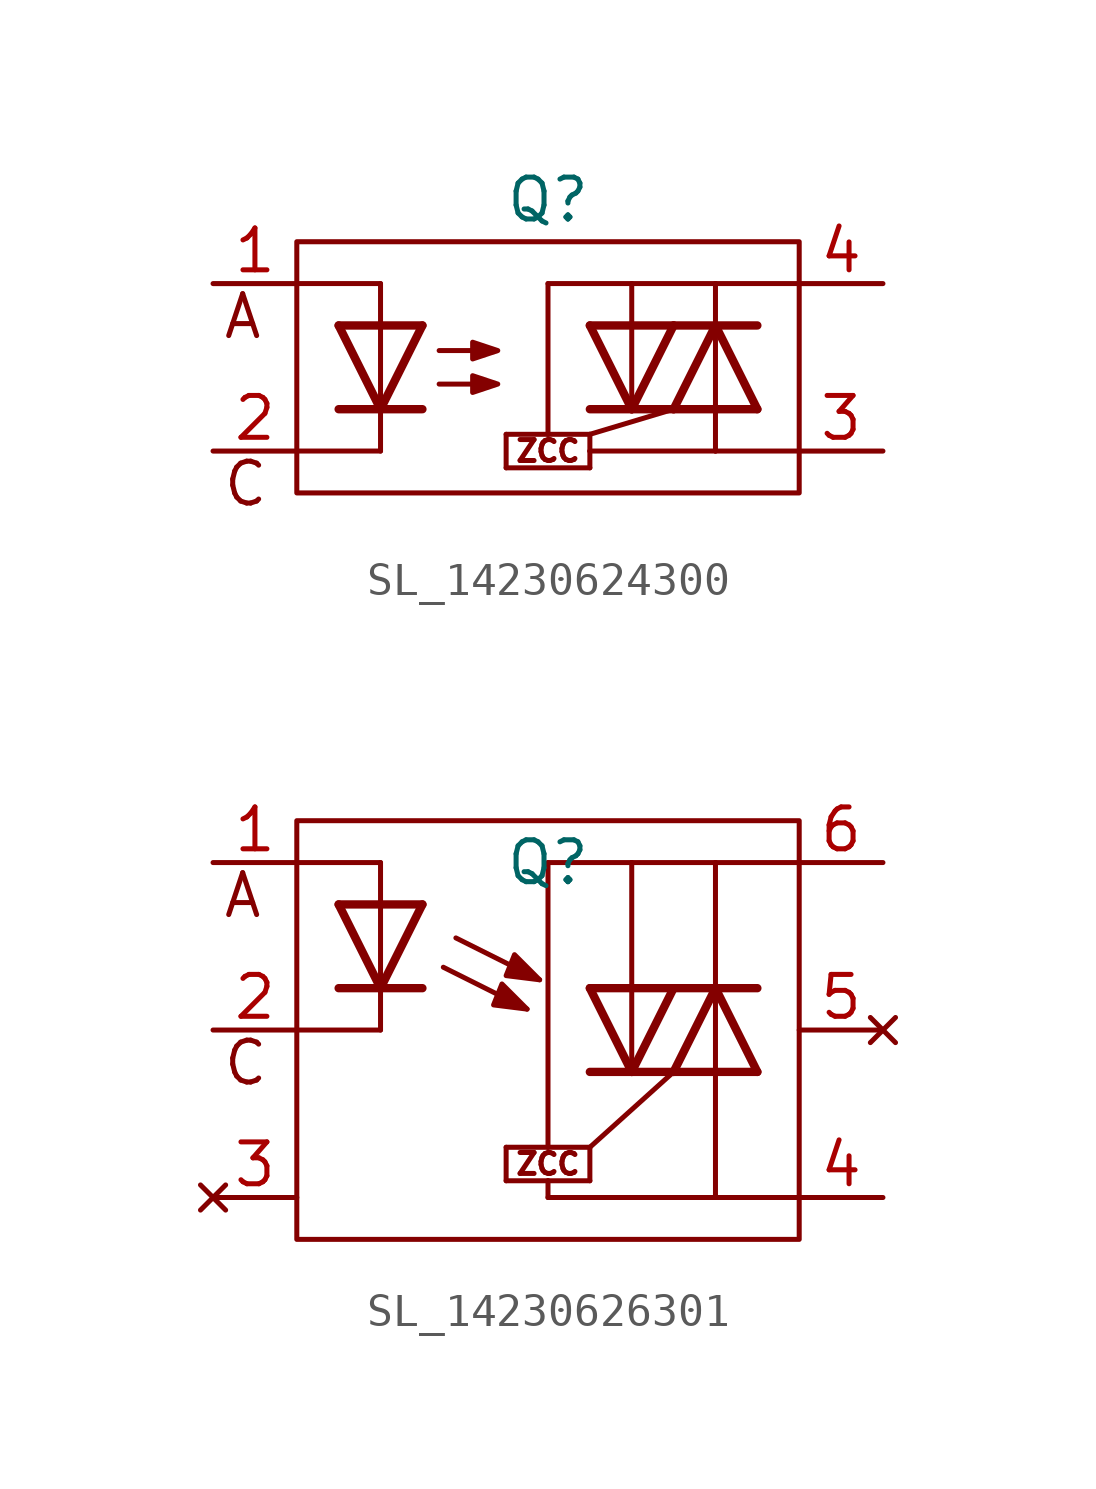
<source format=kicad_sym>
(kicad_symbol_lib
  (version 20220914)
  (generator kicad_symbol_editor)
  (symbol "SL_14230624300"
    (pin_names hide)
    (property "Reference" "Q"
      (at 0 5.08 0)
      (effects (font (size 1.27 1.27))))
    (symbol "SL_14230624300_0_0"
      (polyline (pts (xy -5.08 -2.54) (xy -7.62 -2.54)) (stroke (width 0.152) (type default)) (fill (type none)))
      (polyline (pts (xy -5.08 -1.27) (xy -6.35 -1.27)) (stroke (width 0.254) (type default)) (fill (type none)))
      (polyline (pts (xy -5.08 -1.27) (xy -6.35 1.27)) (stroke (width 0.254) (type default)) (fill (type none)))
      (polyline (pts (xy -5.08 -1.27) (xy -5.08 -2.54)) (stroke (width 0.152) (type default)) (fill (type none)))
      (polyline (pts (xy -5.08 1.27) (xy -6.35 1.27)) (stroke (width 0.254) (type default)) (fill (type none)))
      (polyline (pts (xy -5.08 1.27) (xy -5.08 -1.27)) (stroke (width 0.152) (type default)) (fill (type none)))
      (polyline (pts (xy -5.08 1.27) (xy -5.08 2.54)) (stroke (width 0.152) (type default)) (fill (type none)))
      (polyline (pts (xy -3.81 -1.27) (xy -5.08 -1.27)) (stroke (width 0.254) (type default)) (fill (type none)))
      (polyline (pts (xy -3.81 1.27) (xy -5.08 -1.27)) (stroke (width 0.254) (type default)) (fill (type none)))
      (polyline (pts (xy -3.81 1.27) (xy -5.08 1.27)) (stroke (width 0.254) (type default)) (fill (type none)))
      (polyline (pts (xy -3.302 -0.508) (xy -2.032 -0.508)) (stroke (width 0.152) (type default)) (fill (type none)))
      (polyline (pts (xy -3.302 0.508) (xy -2.032 0.508)) (stroke (width 0.152) (type default)) (fill (type none)))
      (polyline (pts (xy -1.27 -3.048) (xy -1.27 -2.032)) (stroke (width 0.152) (type default)) (fill (type none)))
      (polyline (pts (xy -1.27 -2.032) (xy 0 -2.032)) (stroke (width 0.152) (type default)) (fill (type none)))
      (polyline (pts (xy 0 -2.032) (xy 1.27 -2.032)) (stroke (width 0.152) (type default)) (fill (type none)))
      (polyline (pts (xy 0 2.54) (xy 0 -2.032)) (stroke (width 0.152) (type default)) (fill (type none)))
      (polyline (pts (xy 1.27 -3.048) (xy -1.27 -3.048)) (stroke (width 0.152) (type default)) (fill (type none)))
      (polyline (pts (xy 1.27 -2.54) (xy 1.27 -3.048)) (stroke (width 0.152) (type default)) (fill (type none)))
      (polyline (pts (xy 1.27 -2.54) (xy 5.08 -2.54)) (stroke (width 0.152) (type default)) (fill (type none)))
      (polyline (pts (xy 1.27 -2.032) (xy 1.27 -2.54)) (stroke (width 0.152) (type default)) (fill (type none)))
      (polyline (pts (xy 2.54 -1.27) (xy 1.27 -1.27)) (stroke (width 0.254) (type default)) (fill (type none)))
      (polyline (pts (xy 2.54 -1.27) (xy 1.27 1.27)) (stroke (width 0.254) (type default)) (fill (type none)))
      (polyline (pts (xy 2.54 1.27) (xy 1.27 1.27)) (stroke (width 0.254) (type default)) (fill (type none)))
      (polyline (pts (xy 2.54 1.27) (xy 2.54 -1.27)) (stroke (width 0.152) (type default)) (fill (type none)))
      (polyline (pts (xy 2.54 1.27) (xy 2.54 2.54)) (stroke (width 0.152) (type default)) (fill (type none)))
      (polyline (pts (xy 2.54 2.54) (xy 0 2.54)) (stroke (width 0.152) (type default)) (fill (type none)))
      (polyline (pts (xy 3.81 -1.27) (xy 1.27 -2.032)) (stroke (width 0.152) (type default)) (fill (type none)))
      (polyline (pts (xy 3.81 -1.27) (xy 2.54 -1.27)) (stroke (width 0.254) (type default)) (fill (type none)))
      (polyline (pts (xy 3.81 -1.27) (xy 5.08 -1.27)) (stroke (width 0.254) (type default)) (fill (type none)))
      (polyline (pts (xy 3.81 -1.27) (xy 5.08 1.27)) (stroke (width 0.254) (type default)) (fill (type none)))
      (polyline (pts (xy 3.81 1.27) (xy 2.54 -1.27)) (stroke (width 0.254) (type default)) (fill (type none)))
      (polyline (pts (xy 3.81 1.27) (xy 2.54 1.27)) (stroke (width 0.254) (type default)) (fill (type none)))
      (polyline (pts (xy 3.81 1.27) (xy 5.08 1.27)) (stroke (width 0.254) (type default)) (fill (type none)))
      (polyline (pts (xy 5.08 -1.27) (xy 5.08 -2.54)) (stroke (width 0.152) (type default)) (fill (type none)))
      (polyline (pts (xy 5.08 -1.27) (xy 5.08 1.27)) (stroke (width 0.152) (type default)) (fill (type none)))
      (polyline (pts (xy 5.08 -1.27) (xy 6.35 -1.27)) (stroke (width 0.254) (type default)) (fill (type none)))
      (polyline (pts (xy 5.08 1.27) (xy 5.08 2.54)) (stroke (width 0.152) (type default)) (fill (type none)))
      (polyline (pts (xy 5.08 1.27) (xy 6.35 -1.27)) (stroke (width 0.254) (type default)) (fill (type none)))
      (polyline (pts (xy 5.08 1.27) (xy 6.35 1.27)) (stroke (width 0.254) (type default)) (fill (type none)))
      (polyline (pts (xy 5.08 2.54) (xy 2.54 2.54)) (stroke (width 0.152) (type default)) (fill (type none)))
      (polyline (pts (xy 7.62 -2.54) (xy 5.08 -2.54)) (stroke (width 0.152) (type default)) (fill (type none)))
      (polyline (pts (xy 7.62 2.54) (xy 5.08 2.54)) (stroke (width 0.152) (type default)) (fill (type none)))
      (polyline (pts (xy -2.286 -0.254) (xy -1.524 -0.508) (xy -2.286 -0.762) (xy -2.286 -0.254)) (stroke (width 0.152) (type default)) (fill (type outline)))
      (polyline (pts (xy -2.286 0.762) (xy -1.524 0.508) (xy -2.286 0.254) (xy -2.286 0.762)) (stroke (width 0.152) (type default)) (fill (type outline)))
      (text "A" (at -9.906 2.286 0) (effects (font (size 1.27 1.27)) (justify left top)))
      (text "C" (at -9.906 -2.794 0) (effects (font (size 1.27 1.27)) (justify left top))))
    (symbol "SL_14230624300_0_1"
      (rectangle (start -7.62 3.81) (end 7.62 -3.81) (stroke (width 0) (type default)) (fill (type none))))
    (symbol "SL_14230624300_1_0"
      (polyline (pts (xy -5.08 2.54) (xy -7.62 2.54)) (stroke (width 0.152) (type default)) (fill (type none)))
      (text "ZCC" (at 0 -2.54 0) (effects (font (size 0.635 0.635))))
      (pin passive line (at -10.16 2.54 0) (length 2.54) (name "Anode" (effects (font (size 1.27 1.27)))) (number "1" (effects (font (size 1.27 1.27)))))
      (pin passive line (at -10.16 -2.54 0) (length 2.54) (name "Cathode" (effects (font (size 1.27 1.27)))) (number "2" (effects (font (size 1.27 1.27)))))
      (pin passive line (at 10.16 -2.54 180) (length 2.54) (name "Teminal" (effects (font (size 1.27 1.27)))) (number "3" (effects (font (size 1.27 1.27)))))
      (pin passive line (at 10.16 2.54 180) (length 2.54) (name "Teminal" (effects (font (size 1.27 1.27)))) (number "4" (effects (font (size 1.27 1.27)))))))
  (symbol "SL_14230626301"
    (pin_names hide)
    (property "Reference" "Q"
      (at 0 5.08 0)
      (effects (font (size 1.27 1.27))))
    (symbol "SL_14230626301_0_0"
      (rectangle (start -7.62 6.35) (end 7.62 -6.35) (stroke (width 0) (type default)) (fill (type none)))
      (polyline (pts (xy -5.08 0) (xy -7.62 0)) (stroke (width 0.152) (type default)) (fill (type none)))
      (polyline (pts (xy -5.08 1.27) (xy -6.35 1.27)) (stroke (width 0.254) (type default)) (fill (type none)))
      (polyline (pts (xy -5.08 1.27) (xy -6.35 3.81)) (stroke (width 0.254) (type default)) (fill (type none)))
      (polyline (pts (xy -5.08 1.27) (xy -5.08 0)) (stroke (width 0.152) (type default)) (fill (type none)))
      (polyline (pts (xy -5.08 3.81) (xy -6.35 3.81)) (stroke (width 0.254) (type default)) (fill (type none)))
      (polyline (pts (xy -5.08 3.81) (xy -5.08 1.27)) (stroke (width 0.152) (type default)) (fill (type none)))
      (polyline (pts (xy -5.08 3.81) (xy -5.08 5.08)) (stroke (width 0.152) (type default)) (fill (type none)))
      (polyline (pts (xy -5.08 5.08) (xy -7.62 5.08)) (stroke (width 0.152) (type default)) (fill (type none)))
      (polyline (pts (xy -3.81 1.27) (xy -5.08 1.27)) (stroke (width 0.254) (type default)) (fill (type none)))
      (polyline (pts (xy -3.81 3.81) (xy -5.08 1.27)) (stroke (width 0.254) (type default)) (fill (type none)))
      (polyline (pts (xy -3.81 3.81) (xy -5.08 3.81)) (stroke (width 0.254) (type default)) (fill (type none)))
      (polyline (pts (xy -3.175 1.905) (xy -0.635 0.635)) (stroke (width 0.152) (type default)) (fill (type none)))
      (polyline (pts (xy -2.794 2.794) (xy -0.254 1.524)) (stroke (width 0.152) (type default)) (fill (type none)))
      (polyline (pts (xy -1.27 -4.572) (xy -1.27 -3.556)) (stroke (width 0.152) (type default)) (fill (type none)))
      (polyline (pts (xy -1.27 -3.556) (xy 0 -3.556)) (stroke (width 0.152) (type default)) (fill (type none)))
      (polyline (pts (xy 0 -5.08) (xy 5.08 -5.08)) (stroke (width 0.152) (type default)) (fill (type none)))
      (polyline (pts (xy 0 -4.572) (xy -1.27 -4.572)) (stroke (width 0.152) (type default)) (fill (type none)))
      (polyline (pts (xy 0 -4.572) (xy 0 -5.08)) (stroke (width 0.152) (type default)) (fill (type none)))
      (polyline (pts (xy 0 -3.556) (xy 1.27 -3.556)) (stroke (width 0.152) (type default)) (fill (type none)))
      (polyline (pts (xy 0 5.08) (xy 0 -3.556)) (stroke (width 0.152) (type default)) (fill (type none)))
      (polyline (pts (xy 1.27 -4.572) (xy 0 -4.572)) (stroke (width 0.152) (type default)) (fill (type none)))
      (polyline (pts (xy 1.27 -3.556) (xy 1.27 -4.572)) (stroke (width 0.152) (type default)) (fill (type none)))
      (polyline (pts (xy 1.27 -3.556) (xy 3.81 -1.27)) (stroke (width 0.152) (type default)) (fill (type none)))
      (polyline (pts (xy 2.54 -1.27) (xy 1.27 -1.27)) (stroke (width 0.254) (type default)) (fill (type none)))
      (polyline (pts (xy 2.54 -1.27) (xy 1.27 1.27)) (stroke (width 0.254) (type default)) (fill (type none)))
      (polyline (pts (xy 2.54 1.27) (xy 1.27 1.27)) (stroke (width 0.254) (type default)) (fill (type none)))
      (polyline (pts (xy 2.54 1.27) (xy 2.54 -1.27)) (stroke (width 0.152) (type default)) (fill (type none)))
      (polyline (pts (xy 2.54 1.27) (xy 2.54 5.08)) (stroke (width 0.152) (type default)) (fill (type none)))
      (polyline (pts (xy 2.54 5.08) (xy 0 5.08)) (stroke (width 0.152) (type default)) (fill (type none)))
      (polyline (pts (xy 3.81 -1.27) (xy 2.54 -1.27)) (stroke (width 0.254) (type default)) (fill (type none)))
      (polyline (pts (xy 3.81 -1.27) (xy 5.08 -1.27)) (stroke (width 0.254) (type default)) (fill (type none)))
      (polyline (pts (xy 3.81 -1.27) (xy 5.08 1.27)) (stroke (width 0.254) (type default)) (fill (type none)))
      (polyline (pts (xy 3.81 1.27) (xy 2.54 -1.27)) (stroke (width 0.254) (type default)) (fill (type none)))
      (polyline (pts (xy 3.81 1.27) (xy 2.54 1.27)) (stroke (width 0.254) (type default)) (fill (type none)))
      (polyline (pts (xy 3.81 1.27) (xy 5.08 1.27)) (stroke (width 0.254) (type default)) (fill (type none)))
      (polyline (pts (xy 5.08 -1.27) (xy 5.08 -5.08)) (stroke (width 0.152) (type default)) (fill (type none)))
      (polyline (pts (xy 5.08 -1.27) (xy 5.08 1.27)) (stroke (width 0.152) (type default)) (fill (type none)))
      (polyline (pts (xy 5.08 -1.27) (xy 6.35 -1.27)) (stroke (width 0.254) (type default)) (fill (type none)))
      (polyline (pts (xy 5.08 1.27) (xy 5.08 5.08)) (stroke (width 0.152) (type default)) (fill (type none)))
      (polyline (pts (xy 5.08 1.27) (xy 6.35 -1.27)) (stroke (width 0.254) (type default)) (fill (type none)))
      (polyline (pts (xy 5.08 1.27) (xy 6.35 1.27)) (stroke (width 0.254) (type default)) (fill (type none)))
      (polyline (pts (xy 5.08 5.08) (xy 2.54 5.08)) (stroke (width 0.152) (type default)) (fill (type none)))
      (polyline (pts (xy 7.62 -5.08) (xy 5.08 -5.08)) (stroke (width 0.152) (type default)) (fill (type none)))
      (polyline (pts (xy 7.62 5.08) (xy 5.08 5.08)) (stroke (width 0.152) (type default)) (fill (type none)))
      (polyline (pts (xy -1.397 1.397) (xy -0.635 0.635) (xy -1.651 0.762) (xy -1.397 1.397)) (stroke (width 0.152) (type default)) (fill (type outline)))
      (polyline (pts (xy -1.016 2.286) (xy -0.254 1.524) (xy -1.27 1.651) (xy -1.016 2.286)) (stroke (width 0.152) (type default)) (fill (type outline)))
      (text "A" (at -9.906 4.826 0) (effects (font (size 1.27 1.27)) (justify left top)))
      (text "C" (at -9.906 -0.254 0) (effects (font (size 1.27 1.27)) (justify left top))))
    (symbol "SL_14230626301_1_0"
      (text "ZCC" (at 0 -4.064 0) (effects (font (size 0.635 0.635))))
      (pin passive line (at -10.16 5.08 0) (length 2.54) (name "Anode" (effects (font (size 1.27 1.27)))) (number "1" (effects (font (size 1.27 1.27)))))
      (pin passive line (at -10.16 0 0) (length 2.54) (name "Cathode" (effects (font (size 1.27 1.27)))) (number "2" (effects (font (size 1.27 1.27)))))
      (pin no_connect line (at -10.16 -5.08 0) (length 2.54) (name "NC" (effects (font (size 1.27 1.27)))) (number "3" (effects (font (size 1.27 1.27)))))
      (pin passive line (at 10.16 -5.08 180) (length 2.54) (name "Teminal" (effects (font (size 1.27 1.27)))) (number "4" (effects (font (size 1.27 1.27)))))
      (pin no_connect line (at 10.16 0 180) (length 2.54) (name "NC" (effects (font (size 1.27 1.27)))) (number "5" (effects (font (size 1.27 1.27)))))
      (pin passive line (at 10.16 5.08 180) (length 2.54) (name "Teminal" (effects (font (size 1.27 1.27)))) (number "6" (effects (font (size 1.27 1.27))))))))
</source>
